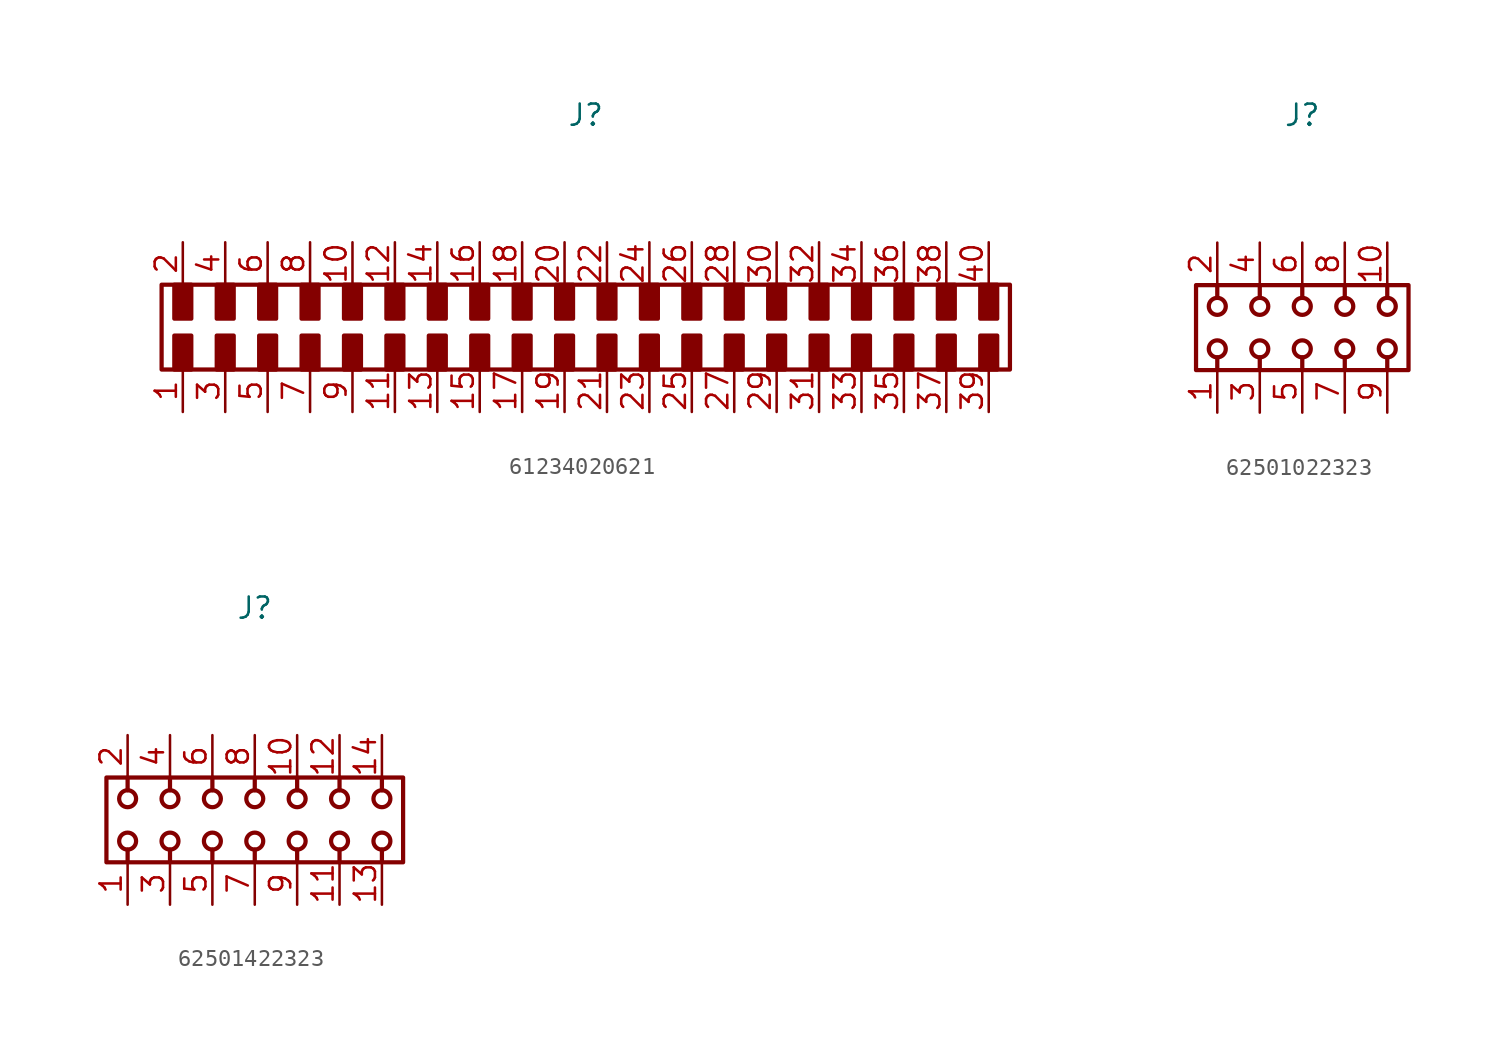
<source format=kicad_sym>
(kicad_symbol_lib
  (version 20241209)
  (generator "kicad_symbol_editor")
  (generator_version "9.0")
  (symbol "61234020621"
    (pin_names
      (hide yes))
    (property "Reference" "J"
      (at 0 12.7 0)
      (effects (font (size 1.27 1.27))))
    (symbol "61234020621_1_1"
      (rectangle (start -25.4 2.54) (end 25.4 -2.54) (stroke (width 0.254) (type solid)) (fill (type none)))
      (rectangle (start -24.638 2.54) (end -23.622 0.508) (stroke (width 0.254) (type solid)) (fill (type outline)))
      (rectangle (start -24.638 -0.508) (end -23.622 -2.54) (stroke (width 0.254) (type solid)) (fill (type outline)))
      (rectangle (start -22.098 2.54) (end -21.082 0.508) (stroke (width 0.254) (type solid)) (fill (type outline)))
      (rectangle (start -22.098 -0.508) (end -21.082 -2.54) (stroke (width 0.254) (type solid)) (fill (type outline)))
      (rectangle (start -19.558 2.54) (end -18.542 0.508) (stroke (width 0.254) (type solid)) (fill (type outline)))
      (rectangle (start -19.558 -0.508) (end -18.542 -2.54) (stroke (width 0.254) (type solid)) (fill (type outline)))
      (rectangle (start -17.018 2.54) (end -16.002 0.508) (stroke (width 0.254) (type solid)) (fill (type outline)))
      (rectangle (start -17.018 -0.508) (end -16.002 -2.54) (stroke (width 0.254) (type solid)) (fill (type outline)))
      (rectangle (start -14.478 2.54) (end -13.462 0.508) (stroke (width 0.254) (type solid)) (fill (type outline)))
      (rectangle (start -14.478 -0.508) (end -13.462 -2.54) (stroke (width 0.254) (type solid)) (fill (type outline)))
      (rectangle (start -11.938 2.54) (end -10.922 0.508) (stroke (width 0.254) (type solid)) (fill (type outline)))
      (rectangle (start -11.938 -0.508) (end -10.922 -2.54) (stroke (width 0.254) (type solid)) (fill (type outline)))
      (rectangle (start -9.398 2.54) (end -8.382 0.508) (stroke (width 0.254) (type solid)) (fill (type outline)))
      (rectangle (start -9.398 -0.508) (end -8.382 -2.54) (stroke (width 0.254) (type solid)) (fill (type outline)))
      (rectangle (start -6.858 2.54) (end -5.842 0.508) (stroke (width 0.254) (type solid)) (fill (type outline)))
      (rectangle (start -6.858 -0.508) (end -5.842 -2.54) (stroke (width 0.254) (type solid)) (fill (type outline)))
      (rectangle (start -4.318 2.54) (end -3.302 0.508) (stroke (width 0.254) (type solid)) (fill (type outline)))
      (rectangle (start -4.318 -0.508) (end -3.302 -2.54) (stroke (width 0.254) (type solid)) (fill (type outline)))
      (rectangle (start -1.778 2.54) (end -0.762 0.508) (stroke (width 0.254) (type solid)) (fill (type outline)))
      (rectangle (start -1.778 -0.508) (end -0.762 -2.54) (stroke (width 0.254) (type solid)) (fill (type outline)))
      (rectangle (start 0.762 2.54) (end 1.778 0.508) (stroke (width 0.254) (type solid)) (fill (type outline)))
      (rectangle (start 0.762 -0.508) (end 1.778 -2.54) (stroke (width 0.254) (type solid)) (fill (type outline)))
      (rectangle (start 3.302 2.54) (end 4.318 0.508) (stroke (width 0.254) (type solid)) (fill (type outline)))
      (rectangle (start 3.302 -0.508) (end 4.318 -2.54) (stroke (width 0.254) (type solid)) (fill (type outline)))
      (rectangle (start 5.842 2.54) (end 6.858 0.508) (stroke (width 0.254) (type solid)) (fill (type outline)))
      (rectangle (start 5.842 -0.508) (end 6.858 -2.54) (stroke (width 0.254) (type solid)) (fill (type outline)))
      (rectangle (start 8.382 2.54) (end 9.398 0.508) (stroke (width 0.254) (type solid)) (fill (type outline)))
      (rectangle (start 8.382 -0.508) (end 9.398 -2.54) (stroke (width 0.254) (type solid)) (fill (type outline)))
      (rectangle (start 10.922 2.54) (end 11.938 0.508) (stroke (width 0.254) (type solid)) (fill (type outline)))
      (rectangle (start 10.922 -0.508) (end 11.938 -2.54) (stroke (width 0.254) (type solid)) (fill (type outline)))
      (rectangle (start 13.462 2.54) (end 14.478 0.508) (stroke (width 0.254) (type solid)) (fill (type outline)))
      (rectangle (start 13.462 -0.508) (end 14.478 -2.54) (stroke (width 0.254) (type solid)) (fill (type outline)))
      (rectangle (start 16.002 2.54) (end 17.018 0.508) (stroke (width 0.254) (type solid)) (fill (type outline)))
      (rectangle (start 16.002 -0.508) (end 17.018 -2.54) (stroke (width 0.254) (type solid)) (fill (type outline)))
      (rectangle (start 18.542 2.54) (end 19.558 0.508) (stroke (width 0.254) (type solid)) (fill (type outline)))
      (rectangle (start 18.542 -0.508) (end 19.558 -2.54) (stroke (width 0.254) (type solid)) (fill (type outline)))
      (rectangle (start 21.082 2.54) (end 22.098 0.508) (stroke (width 0.254) (type solid)) (fill (type outline)))
      (rectangle (start 21.082 -0.508) (end 22.098 -2.54) (stroke (width 0.254) (type solid)) (fill (type outline)))
      (rectangle (start 23.622 2.54) (end 24.638 0.508) (stroke (width 0.254) (type solid)) (fill (type outline)))
      (rectangle (start 23.622 -0.508) (end 24.638 -2.54) (stroke (width 0.254) (type solid)) (fill (type outline)))
      (pin passive line (at -24.13 5.08 270) (length 2.54) (name "2" (effects (font (size 1.27 1.27)))) (number "2" (effects (font (size 1.27 1.27)))))
      (pin passive line (at -24.13 -5.08 90) (length 2.54) (name "1" (effects (font (size 1.27 1.27)))) (number "1" (effects (font (size 1.27 1.27)))))
      (pin passive line (at -21.59 5.08 270) (length 2.54) (name "4" (effects (font (size 1.27 1.27)))) (number "4" (effects (font (size 1.27 1.27)))))
      (pin passive line (at -21.59 -5.08 90) (length 2.54) (name "3" (effects (font (size 1.27 1.27)))) (number "3" (effects (font (size 1.27 1.27)))))
      (pin passive line (at -19.05 5.08 270) (length 2.54) (name "6" (effects (font (size 1.27 1.27)))) (number "6" (effects (font (size 1.27 1.27)))))
      (pin passive line (at -19.05 -5.08 90) (length 2.54) (name "5" (effects (font (size 1.27 1.27)))) (number "5" (effects (font (size 1.27 1.27)))))
      (pin passive line (at -16.51 5.08 270) (length 2.54) (name "8" (effects (font (size 1.27 1.27)))) (number "8" (effects (font (size 1.27 1.27)))))
      (pin passive line (at -16.51 -5.08 90) (length 2.54) (name "7" (effects (font (size 1.27 1.27)))) (number "7" (effects (font (size 1.27 1.27)))))
      (pin passive line (at -13.97 5.08 270) (length 2.54) (name "10" (effects (font (size 1.27 1.27)))) (number "10" (effects (font (size 1.27 1.27)))))
      (pin passive line (at -13.97 -5.08 90) (length 2.54) (name "9" (effects (font (size 1.27 1.27)))) (number "9" (effects (font (size 1.27 1.27)))))
      (pin passive line (at -11.43 5.08 270) (length 2.54) (name "12" (effects (font (size 1.27 1.27)))) (number "12" (effects (font (size 1.27 1.27)))))
      (pin passive line (at -11.43 -5.08 90) (length 2.54) (name "11" (effects (font (size 1.27 1.27)))) (number "11" (effects (font (size 1.27 1.27)))))
      (pin passive line (at -8.89 5.08 270) (length 2.54) (name "14" (effects (font (size 1.27 1.27)))) (number "14" (effects (font (size 1.27 1.27)))))
      (pin passive line (at -8.89 -5.08 90) (length 2.54) (name "13" (effects (font (size 1.27 1.27)))) (number "13" (effects (font (size 1.27 1.27)))))
      (pin passive line (at -6.35 5.08 270) (length 2.54) (name "16" (effects (font (size 1.27 1.27)))) (number "16" (effects (font (size 1.27 1.27)))))
      (pin passive line (at -6.35 -5.08 90) (length 2.54) (name "15" (effects (font (size 1.27 1.27)))) (number "15" (effects (font (size 1.27 1.27)))))
      (pin passive line (at -3.81 5.08 270) (length 2.54) (name "18" (effects (font (size 1.27 1.27)))) (number "18" (effects (font (size 1.27 1.27)))))
      (pin passive line (at -3.81 -5.08 90) (length 2.54) (name "17" (effects (font (size 1.27 1.27)))) (number "17" (effects (font (size 1.27 1.27)))))
      (pin passive line (at -1.27 5.08 270) (length 2.54) (name "20" (effects (font (size 1.27 1.27)))) (number "20" (effects (font (size 1.27 1.27)))))
      (pin passive line (at -1.27 -5.08 90) (length 2.54) (name "19" (effects (font (size 1.27 1.27)))) (number "19" (effects (font (size 1.27 1.27)))))
      (pin passive line (at 1.27 5.08 270) (length 2.54) (name "22" (effects (font (size 1.27 1.27)))) (number "22" (effects (font (size 1.27 1.27)))))
      (pin passive line (at 1.27 -5.08 90) (length 2.54) (name "21" (effects (font (size 1.27 1.27)))) (number "21" (effects (font (size 1.27 1.27)))))
      (pin passive line (at 3.81 5.08 270) (length 2.54) (name "24" (effects (font (size 1.27 1.27)))) (number "24" (effects (font (size 1.27 1.27)))))
      (pin passive line (at 3.81 -5.08 90) (length 2.54) (name "23" (effects (font (size 1.27 1.27)))) (number "23" (effects (font (size 1.27 1.27)))))
      (pin passive line (at 6.35 5.08 270) (length 2.54) (name "26" (effects (font (size 1.27 1.27)))) (number "26" (effects (font (size 1.27 1.27)))))
      (pin passive line (at 6.35 -5.08 90) (length 2.54) (name "25" (effects (font (size 1.27 1.27)))) (number "25" (effects (font (size 1.27 1.27)))))
      (pin passive line (at 8.89 5.08 270) (length 2.54) (name "28" (effects (font (size 1.27 1.27)))) (number "28" (effects (font (size 1.27 1.27)))))
      (pin passive line (at 8.89 -5.08 90) (length 2.54) (name "27" (effects (font (size 1.27 1.27)))) (number "27" (effects (font (size 1.27 1.27)))))
      (pin passive line (at 11.43 5.08 270) (length 2.54) (name "30" (effects (font (size 1.27 1.27)))) (number "30" (effects (font (size 1.27 1.27)))))
      (pin passive line (at 11.43 -5.08 90) (length 2.54) (name "29" (effects (font (size 1.27 1.27)))) (number "29" (effects (font (size 1.27 1.27)))))
      (pin passive line (at 13.97 5.08 270) (length 2.54) (name "32" (effects (font (size 1.27 1.27)))) (number "32" (effects (font (size 1.27 1.27)))))
      (pin passive line (at 13.97 -5.08 90) (length 2.54) (name "31" (effects (font (size 1.27 1.27)))) (number "31" (effects (font (size 1.27 1.27)))))
      (pin passive line (at 16.51 5.08 270) (length 2.54) (name "34" (effects (font (size 1.27 1.27)))) (number "34" (effects (font (size 1.27 1.27)))))
      (pin passive line (at 16.51 -5.08 90) (length 2.54) (name "33" (effects (font (size 1.27 1.27)))) (number "33" (effects (font (size 1.27 1.27)))))
      (pin passive line (at 19.05 5.08 270) (length 2.54) (name "36" (effects (font (size 1.27 1.27)))) (number "36" (effects (font (size 1.27 1.27)))))
      (pin passive line (at 19.05 -5.08 90) (length 2.54) (name "35" (effects (font (size 1.27 1.27)))) (number "35" (effects (font (size 1.27 1.27)))))
      (pin passive line (at 21.59 5.08 270) (length 2.54) (name "38" (effects (font (size 1.27 1.27)))) (number "38" (effects (font (size 1.27 1.27)))))
      (pin passive line (at 21.59 -5.08 90) (length 2.54) (name "37" (effects (font (size 1.27 1.27)))) (number "37" (effects (font (size 1.27 1.27)))))
      (pin passive line (at 24.13 5.08 270) (length 2.54) (name "40" (effects (font (size 1.27 1.27)))) (number "40" (effects (font (size 1.27 1.27)))))
      (pin passive line (at 24.13 -5.08 90) (length 2.54) (name "39" (effects (font (size 1.27 1.27)))) (number "39" (effects (font (size 1.27 1.27)))))))
  (symbol "62501022323"
    (pin_names
      (hide yes))
    (property "Reference" "J"
      (at 0 12.7 0)
      (effects (font (size 1.27 1.27))))
    (symbol "62501022323_1_1"
      (rectangle (start -6.35 2.54) (end 6.35 -2.54) (stroke (width 0.254) (type solid)) (fill (type none)))
      (polyline (pts (xy -5.08 1.778) (xy -5.08 2.54)) (stroke (width 0.254) (type solid)) (fill (type none)))
      (circle (center -5.08 1.27) (radius 0.508) (stroke (width 0.254) (type solid)) (fill (type none)))
      (circle (center -5.08 -1.27) (radius 0.508) (stroke (width 0.254) (type solid)) (fill (type none)))
      (polyline (pts (xy -5.08 -1.778) (xy -5.08 -2.54)) (stroke (width 0.254) (type solid)) (fill (type none)))
      (polyline (pts (xy -2.54 1.778) (xy -2.54 2.54)) (stroke (width 0.254) (type solid)) (fill (type none)))
      (circle (center -2.54 1.27) (radius 0.508) (stroke (width 0.254) (type solid)) (fill (type none)))
      (circle (center -2.54 -1.27) (radius 0.508) (stroke (width 0.254) (type solid)) (fill (type none)))
      (polyline (pts (xy -2.54 -1.778) (xy -2.54 -2.54)) (stroke (width 0.254) (type solid)) (fill (type none)))
      (polyline (pts (xy 0 1.778) (xy 0 2.54)) (stroke (width 0.254) (type solid)) (fill (type none)))
      (circle (center 0 1.27) (radius 0.508) (stroke (width 0.254) (type solid)) (fill (type none)))
      (circle (center 0 -1.27) (radius 0.508) (stroke (width 0.254) (type solid)) (fill (type none)))
      (polyline (pts (xy 0 -1.778) (xy 0 -2.54)) (stroke (width 0.254) (type solid)) (fill (type none)))
      (polyline (pts (xy 2.54 1.778) (xy 2.54 2.54)) (stroke (width 0.254) (type solid)) (fill (type none)))
      (circle (center 2.54 1.27) (radius 0.508) (stroke (width 0.254) (type solid)) (fill (type none)))
      (circle (center 2.54 -1.27) (radius 0.508) (stroke (width 0.254) (type solid)) (fill (type none)))
      (polyline (pts (xy 2.54 -1.778) (xy 2.54 -2.54)) (stroke (width 0.254) (type solid)) (fill (type none)))
      (polyline (pts (xy 5.08 1.778) (xy 5.08 2.54)) (stroke (width 0.254) (type solid)) (fill (type none)))
      (circle (center 5.08 1.27) (radius 0.508) (stroke (width 0.254) (type solid)) (fill (type none)))
      (circle (center 5.08 -1.27) (radius 0.508) (stroke (width 0.254) (type solid)) (fill (type none)))
      (polyline (pts (xy 5.08 -1.778) (xy 5.08 -2.54)) (stroke (width 0.254) (type solid)) (fill (type none)))
      (pin passive line (at -5.08 5.08 270) (length 2.54) (name "2" (effects (font (size 1.27 1.27)))) (number "2" (effects (font (size 1.27 1.27)))))
      (pin passive line (at -5.08 -5.08 90) (length 2.54) (name "1" (effects (font (size 1.27 1.27)))) (number "1" (effects (font (size 1.27 1.27)))))
      (pin passive line (at -2.54 5.08 270) (length 2.54) (name "4" (effects (font (size 1.27 1.27)))) (number "4" (effects (font (size 1.27 1.27)))))
      (pin passive line (at -2.54 -5.08 90) (length 2.54) (name "3" (effects (font (size 1.27 1.27)))) (number "3" (effects (font (size 1.27 1.27)))))
      (pin passive line (at 0 5.08 270) (length 2.54) (name "6" (effects (font (size 1.27 1.27)))) (number "6" (effects (font (size 1.27 1.27)))))
      (pin passive line (at 0 -5.08 90) (length 2.54) (name "5" (effects (font (size 1.27 1.27)))) (number "5" (effects (font (size 1.27 1.27)))))
      (pin passive line (at 2.54 5.08 270) (length 2.54) (name "8" (effects (font (size 1.27 1.27)))) (number "8" (effects (font (size 1.27 1.27)))))
      (pin passive line (at 2.54 -5.08 90) (length 2.54) (name "7" (effects (font (size 1.27 1.27)))) (number "7" (effects (font (size 1.27 1.27)))))
      (pin passive line (at 5.08 5.08 270) (length 2.54) (name "10" (effects (font (size 1.27 1.27)))) (number "10" (effects (font (size 1.27 1.27)))))
      (pin passive line (at 5.08 -5.08 90) (length 2.54) (name "9" (effects (font (size 1.27 1.27)))) (number "9" (effects (font (size 1.27 1.27)))))))
  (symbol "62501422323"
    (pin_names
      (hide yes))
    (property "Reference" "J"
      (at 0 12.7 0)
      (effects (font (size 1.27 1.27))))
    (symbol "62501422323_1_1"
      (rectangle (start -8.89 2.54) (end 8.89 -2.54) (stroke (width 0.254) (type solid)) (fill (type none)))
      (polyline (pts (xy -7.62 1.778) (xy -7.62 2.54)) (stroke (width 0.254) (type solid)) (fill (type none)))
      (circle (center -7.62 1.27) (radius 0.508) (stroke (width 0.254) (type solid)) (fill (type none)))
      (circle (center -7.62 -1.27) (radius 0.508) (stroke (width 0.254) (type solid)) (fill (type none)))
      (polyline (pts (xy -7.62 -1.778) (xy -7.62 -2.54)) (stroke (width 0.254) (type solid)) (fill (type none)))
      (polyline (pts (xy -5.08 1.778) (xy -5.08 2.54)) (stroke (width 0.254) (type solid)) (fill (type none)))
      (circle (center -5.08 1.27) (radius 0.508) (stroke (width 0.254) (type solid)) (fill (type none)))
      (circle (center -5.08 -1.27) (radius 0.508) (stroke (width 0.254) (type solid)) (fill (type none)))
      (polyline (pts (xy -5.08 -1.778) (xy -5.08 -2.54)) (stroke (width 0.254) (type solid)) (fill (type none)))
      (polyline (pts (xy -2.54 1.778) (xy -2.54 2.54)) (stroke (width 0.254) (type solid)) (fill (type none)))
      (circle (center -2.54 1.27) (radius 0.508) (stroke (width 0.254) (type solid)) (fill (type none)))
      (circle (center -2.54 -1.27) (radius 0.508) (stroke (width 0.254) (type solid)) (fill (type none)))
      (polyline (pts (xy -2.54 -1.778) (xy -2.54 -2.54)) (stroke (width 0.254) (type solid)) (fill (type none)))
      (polyline (pts (xy 0 1.778) (xy 0 2.54)) (stroke (width 0.254) (type solid)) (fill (type none)))
      (circle (center 0 1.27) (radius 0.508) (stroke (width 0.254) (type solid)) (fill (type none)))
      (circle (center 0 -1.27) (radius 0.508) (stroke (width 0.254) (type solid)) (fill (type none)))
      (polyline (pts (xy 0 -1.778) (xy 0 -2.54)) (stroke (width 0.254) (type solid)) (fill (type none)))
      (polyline (pts (xy 2.54 1.778) (xy 2.54 2.54)) (stroke (width 0.254) (type solid)) (fill (type none)))
      (circle (center 2.54 1.27) (radius 0.508) (stroke (width 0.254) (type solid)) (fill (type none)))
      (circle (center 2.54 -1.27) (radius 0.508) (stroke (width 0.254) (type solid)) (fill (type none)))
      (polyline (pts (xy 2.54 -1.778) (xy 2.54 -2.54)) (stroke (width 0.254) (type solid)) (fill (type none)))
      (polyline (pts (xy 5.08 1.778) (xy 5.08 2.54)) (stroke (width 0.254) (type solid)) (fill (type none)))
      (circle (center 5.08 1.27) (radius 0.508) (stroke (width 0.254) (type solid)) (fill (type none)))
      (circle (center 5.08 -1.27) (radius 0.508) (stroke (width 0.254) (type solid)) (fill (type none)))
      (polyline (pts (xy 5.08 -1.778) (xy 5.08 -2.54)) (stroke (width 0.254) (type solid)) (fill (type none)))
      (polyline (pts (xy 7.62 1.778) (xy 7.62 2.54)) (stroke (width 0.254) (type solid)) (fill (type none)))
      (circle (center 7.62 1.27) (radius 0.508) (stroke (width 0.254) (type solid)) (fill (type none)))
      (circle (center 7.62 -1.27) (radius 0.508) (stroke (width 0.254) (type solid)) (fill (type none)))
      (polyline (pts (xy 7.62 -1.778) (xy 7.62 -2.54)) (stroke (width 0.254) (type solid)) (fill (type none)))
      (pin passive line (at -7.62 5.08 270) (length 2.54) (name "2" (effects (font (size 1.27 1.27)))) (number "2" (effects (font (size 1.27 1.27)))))
      (pin passive line (at -7.62 -5.08 90) (length 2.54) (name "1" (effects (font (size 1.27 1.27)))) (number "1" (effects (font (size 1.27 1.27)))))
      (pin passive line (at -5.08 5.08 270) (length 2.54) (name "4" (effects (font (size 1.27 1.27)))) (number "4" (effects (font (size 1.27 1.27)))))
      (pin passive line (at -5.08 -5.08 90) (length 2.54) (name "3" (effects (font (size 1.27 1.27)))) (number "3" (effects (font (size 1.27 1.27)))))
      (pin passive line (at -2.54 5.08 270) (length 2.54) (name "6" (effects (font (size 1.27 1.27)))) (number "6" (effects (font (size 1.27 1.27)))))
      (pin passive line (at -2.54 -5.08 90) (length 2.54) (name "5" (effects (font (size 1.27 1.27)))) (number "5" (effects (font (size 1.27 1.27)))))
      (pin passive line (at 0 5.08 270) (length 2.54) (name "8" (effects (font (size 1.27 1.27)))) (number "8" (effects (font (size 1.27 1.27)))))
      (pin passive line (at 0 -5.08 90) (length 2.54) (name "7" (effects (font (size 1.27 1.27)))) (number "7" (effects (font (size 1.27 1.27)))))
      (pin passive line (at 2.54 5.08 270) (length 2.54) (name "10" (effects (font (size 1.27 1.27)))) (number "10" (effects (font (size 1.27 1.27)))))
      (pin passive line (at 2.54 -5.08 90) (length 2.54) (name "9" (effects (font (size 1.27 1.27)))) (number "9" (effects (font (size 1.27 1.27)))))
      (pin passive line (at 5.08 5.08 270) (length 2.54) (name "12" (effects (font (size 1.27 1.27)))) (number "12" (effects (font (size 1.27 1.27)))))
      (pin passive line (at 5.08 -5.08 90) (length 2.54) (name "11" (effects (font (size 1.27 1.27)))) (number "11" (effects (font (size 1.27 1.27)))))
      (pin passive line (at 7.62 5.08 270) (length 2.54) (name "14" (effects (font (size 1.27 1.27)))) (number "14" (effects (font (size 1.27 1.27)))))
      (pin passive line (at 7.62 -5.08 90) (length 2.54) (name "13" (effects (font (size 1.27 1.27)))) (number "13" (effects (font (size 1.27 1.27))))))))
</source>
